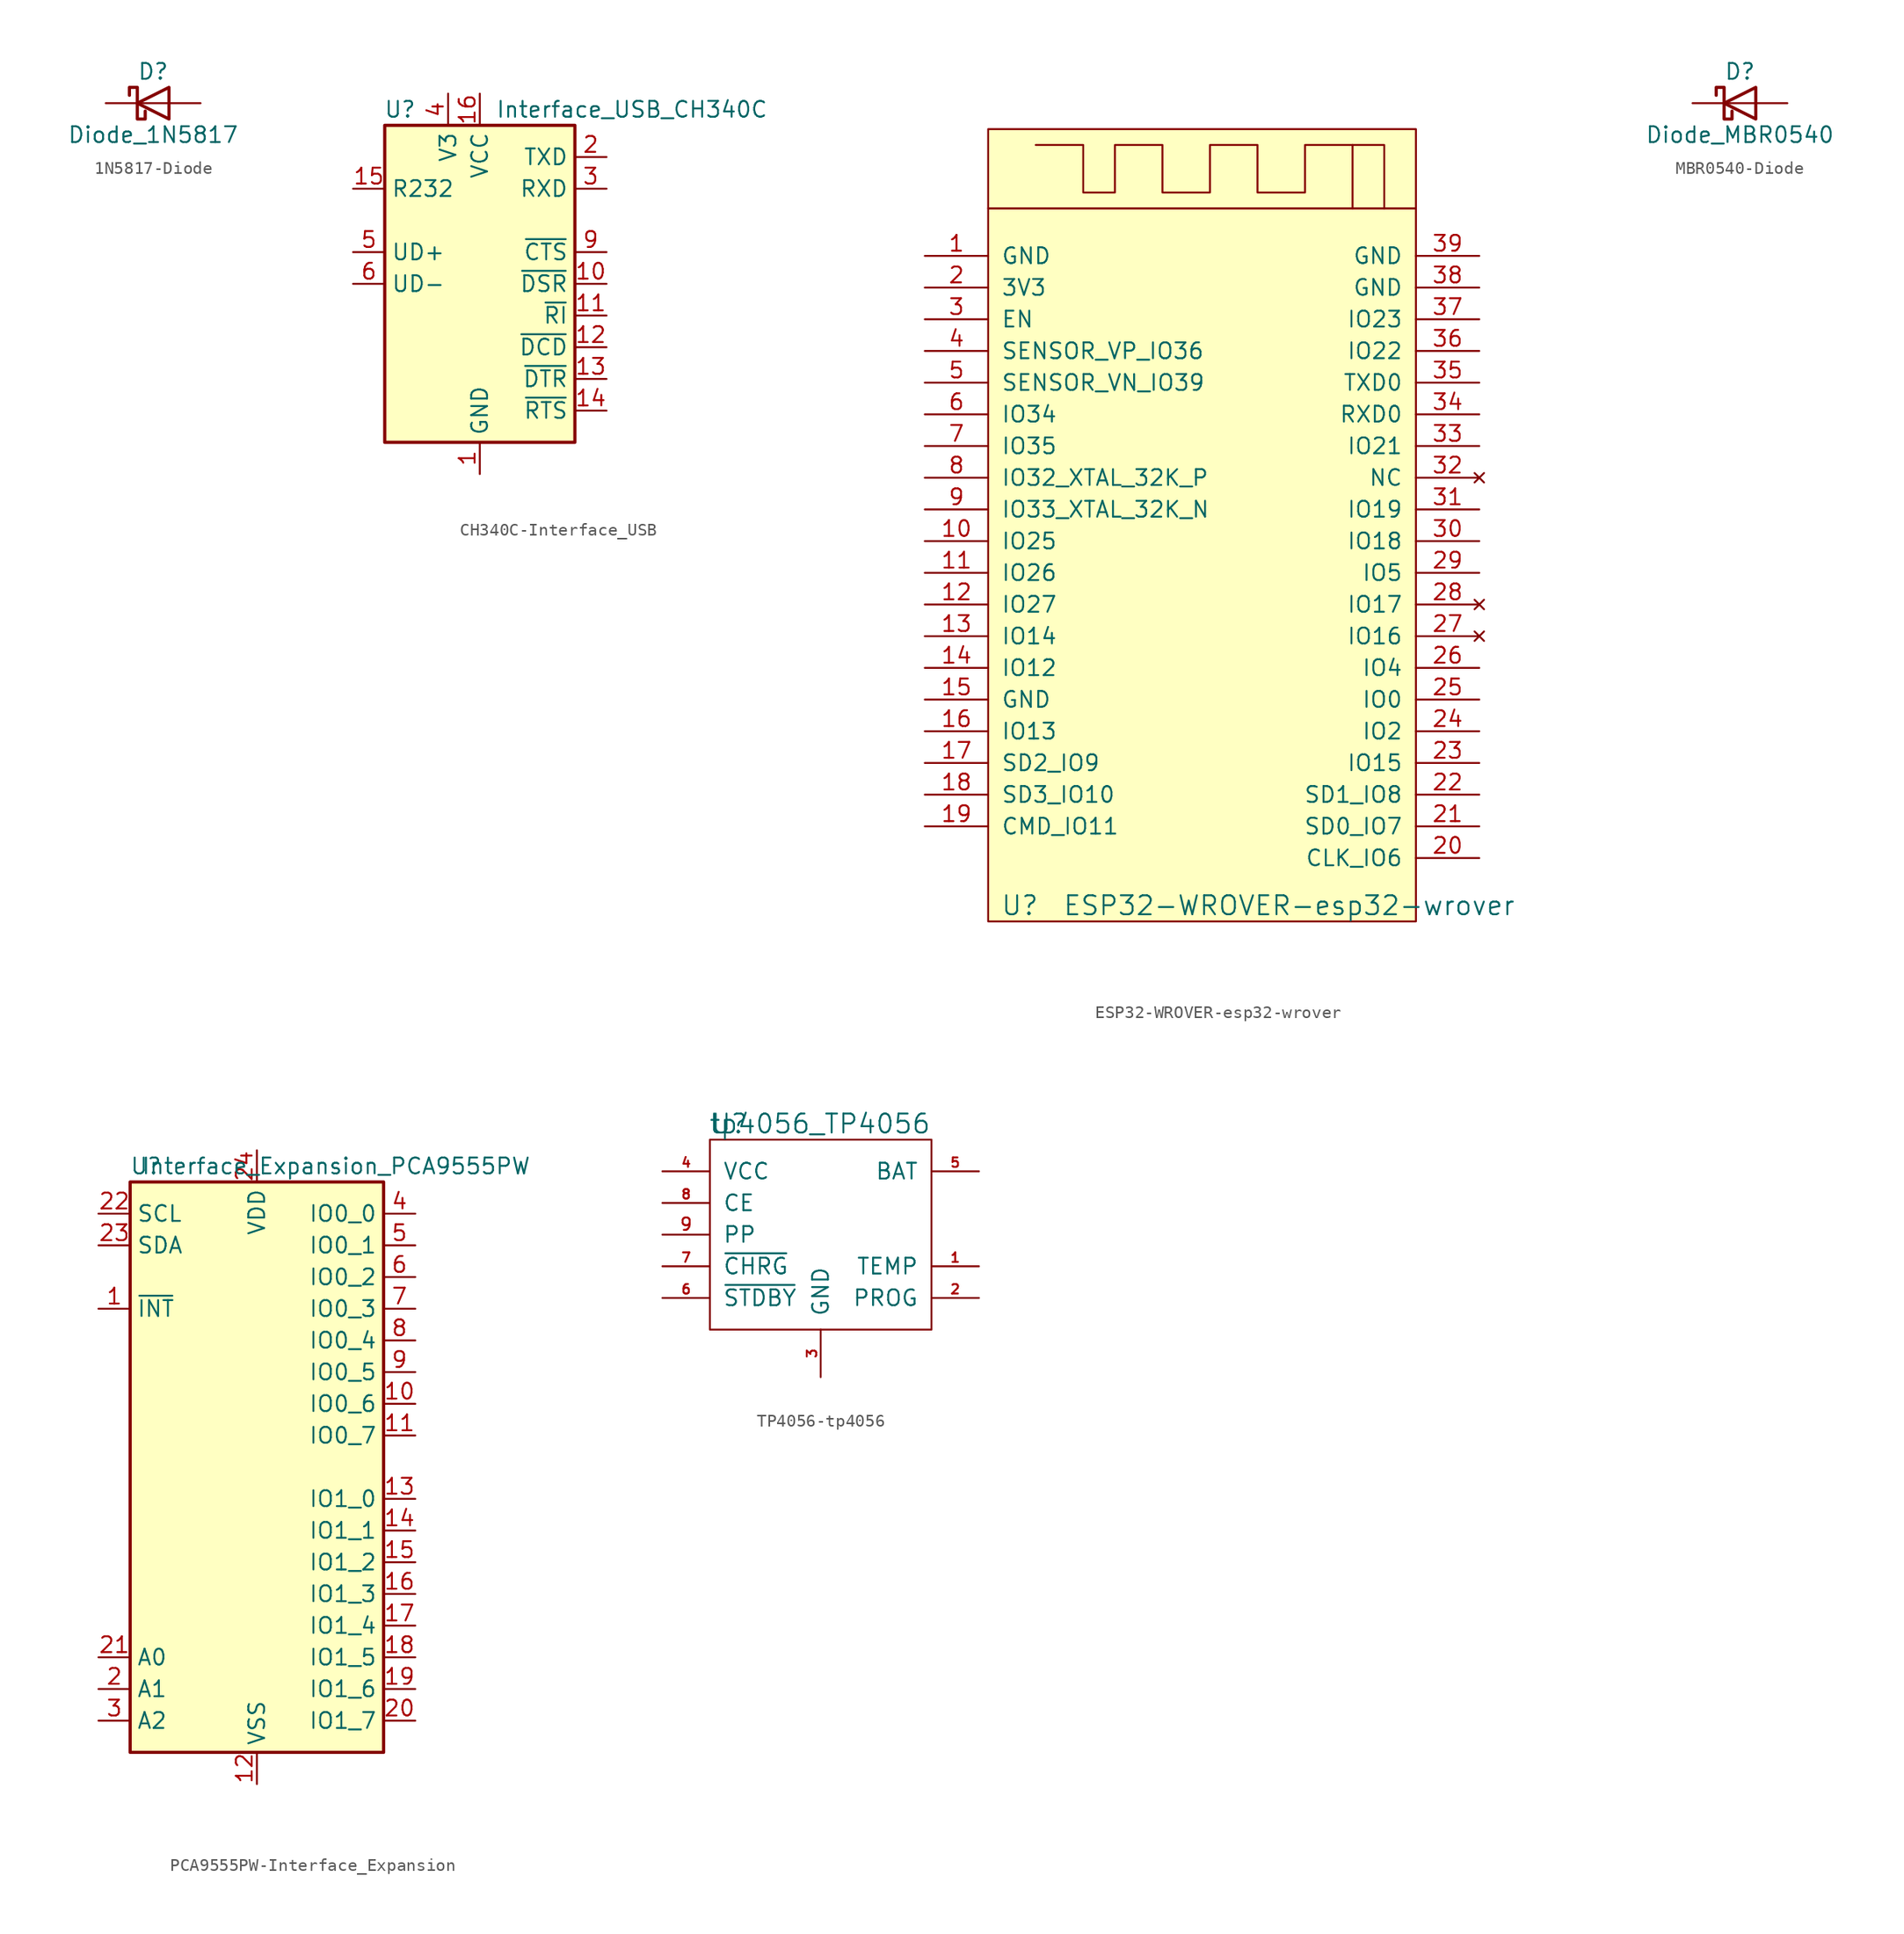
<source format=kicad_sym>
(kicad_symbol_lib
  (version 20220914)
  (generator kicad_symbol_editor)
  (symbol "1N5817-Diode"
    (pin_numbers hide)
    (pin_names
      (offset 1.016) hide)
    (property "Reference" "D"
      (at 0 2.54 0)
      (effects (font (size 1.27 1.27))))
    (property "Value" "Diode_1N5817"
      (at 0 -2.54 0)
      (effects (font (size 1.27 1.27))))
    (symbol "1N5817-Diode_0_1"
      (polyline (pts (xy 1.27 0) (xy -1.27 0)) (stroke (width 0) (type solid)) (fill (type none)))
      (polyline (pts (xy 1.27 1.27) (xy 1.27 -1.27) (xy -1.27 0) (xy 1.27 1.27)) (stroke (width 0.254) (type solid)) (fill (type none)))
      (polyline (pts (xy -1.905 0.635) (xy -1.905 1.27) (xy -1.27 1.27) (xy -1.27 -1.27) (xy -0.635 -1.27) (xy -0.635 -0.635)) (stroke (width 0.254) (type solid)) (fill (type none))))
    (symbol "1N5817-Diode_1_1"
      (pin passive line (at -3.81 0 0) (length 2.54) (name "K" (effects (font (size 1.27 1.27)))) (number "1" (effects (font (size 1.27 1.27)))))
      (pin passive line (at 3.81 0 180) (length 2.54) (name "A" (effects (font (size 1.27 1.27)))) (number "2" (effects (font (size 1.27 1.27)))))))
  (symbol "CH340C-Interface_USB"
    (property "Reference" "U"
      (at -5.08 13.97 0)
      (effects (font (size 1.27 1.27)) (justify right)))
    (property "Value" "Interface_USB_CH340C"
      (at 1.27 13.97 0)
      (effects (font (size 1.27 1.27)) (justify left)))
    (symbol "CH340C-Interface_USB_0_1"
      (rectangle (start -7.62 12.7) (end 7.62 -12.7) (stroke (width 0.254) (type solid)) (fill (type background))))
    (symbol "CH340C-Interface_USB_1_1"
      (pin power_in line (at 0 -15.24 90) (length 2.54) (name "GND" (effects (font (size 1.27 1.27)))) (number "1" (effects (font (size 1.27 1.27)))))
      (pin input line (at 10.16 0 180) (length 2.54) (name "~{DSR}" (effects (font (size 1.27 1.27)))) (number "10" (effects (font (size 1.27 1.27)))))
      (pin input line (at 10.16 -2.54 180) (length 2.54) (name "~{RI}" (effects (font (size 1.27 1.27)))) (number "11" (effects (font (size 1.27 1.27)))))
      (pin input line (at 10.16 -5.08 180) (length 2.54) (name "~{DCD}" (effects (font (size 1.27 1.27)))) (number "12" (effects (font (size 1.27 1.27)))))
      (pin output line (at 10.16 -7.62 180) (length 2.54) (name "~{DTR}" (effects (font (size 1.27 1.27)))) (number "13" (effects (font (size 1.27 1.27)))))
      (pin output line (at 10.16 -10.16 180) (length 2.54) (name "~{RTS}" (effects (font (size 1.27 1.27)))) (number "14" (effects (font (size 1.27 1.27)))))
      (pin input line (at -10.16 7.62 0) (length 2.54) (name "R232" (effects (font (size 1.27 1.27)))) (number "15" (effects (font (size 1.27 1.27)))))
      (pin power_in line (at 0 15.24 270) (length 2.54) (name "VCC" (effects (font (size 1.27 1.27)))) (number "16" (effects (font (size 1.27 1.27)))))
      (pin output line (at 10.16 10.16 180) (length 2.54) (name "TXD" (effects (font (size 1.27 1.27)))) (number "2" (effects (font (size 1.27 1.27)))))
      (pin input line (at 10.16 7.62 180) (length 2.54) (name "RXD" (effects (font (size 1.27 1.27)))) (number "3" (effects (font (size 1.27 1.27)))))
      (pin passive line (at -2.54 15.24 270) (length 2.54) (name "V3" (effects (font (size 1.27 1.27)))) (number "4" (effects (font (size 1.27 1.27)))))
      (pin bidirectional line (at -10.16 2.54 0) (length 2.54) (name "UD+" (effects (font (size 1.27 1.27)))) (number "5" (effects (font (size 1.27 1.27)))))
      (pin bidirectional line (at -10.16 0 0) (length 2.54) (name "UD-" (effects (font (size 1.27 1.27)))) (number "6" (effects (font (size 1.27 1.27)))))
      (pin no_connect line (at -7.62 -7.62 0) (length 2.54) hide (name "NC" (effects (font (size 1.27 1.27)))) (number "7" (effects (font (size 1.27 1.27)))))
      (pin no_connect line (at -7.62 -10.16 0) (length 2.54) hide (name "NC" (effects (font (size 1.27 1.27)))) (number "8" (effects (font (size 1.27 1.27)))))
      (pin input line (at 10.16 2.54 180) (length 2.54) (name "~{CTS}" (effects (font (size 1.27 1.27)))) (number "9" (effects (font (size 1.27 1.27)))))))
  (symbol "ESP32-WROVER-esp32-wrover"
    (pin_names
      (offset 1.016))
    (property "Reference" "U"
      (at -15.24 -33.02 0)
      (effects (font (size 1.524 1.524))))
    (property "Value" "ESP32-WROVER-esp32-wrover"
      (at 6.35 -33.02 0)
      (effects (font (size 1.524 1.524))))
    (symbol "ESP32-WROVER-esp32-wrover_0_1"
      (rectangle (start -17.78 22.86) (end 16.51 -34.29) (stroke (width 0) (type solid)) (fill (type background)))
      (rectangle (start -17.78 29.21) (end 16.51 22.86) (stroke (width 0) (type solid)) (fill (type background)))
      (polyline (pts (xy 11.43 27.94) (xy 13.97 27.94) (xy 13.97 22.86)) (stroke (width 0) (type solid)) (fill (type none)))
      (polyline (pts (xy -13.97 27.94) (xy -10.16 27.94) (xy -10.16 24.13) (xy -7.62 24.13) (xy -7.62 27.94) (xy -3.81 27.94) (xy -3.81 24.13) (xy 0 24.13) (xy 0 27.94) (xy 3.81 27.94) (xy 3.81 24.13) (xy 7.62 24.13) (xy 7.62 27.94) (xy 11.43 27.94) (xy 11.43 22.86)) (stroke (width 0) (type solid)) (fill (type none))))
    (symbol "ESP32-WROVER-esp32-wrover_1_1"
      (pin power_in line (at -22.86 19.05 0) (length 5.08) (name "GND" (effects (font (size 1.27 1.27)))) (number "1" (effects (font (size 1.27 1.27)))))
      (pin bidirectional line (at -22.86 -3.81 0) (length 5.08) (name "IO25" (effects (font (size 1.27 1.27)))) (number "10" (effects (font (size 1.27 1.27)))))
      (pin bidirectional line (at -22.86 -6.35 0) (length 5.08) (name "IO26" (effects (font (size 1.27 1.27)))) (number "11" (effects (font (size 1.27 1.27)))))
      (pin bidirectional line (at -22.86 -8.89 0) (length 5.08) (name "IO27" (effects (font (size 1.27 1.27)))) (number "12" (effects (font (size 1.27 1.27)))))
      (pin bidirectional line (at -22.86 -11.43 0) (length 5.08) (name "IO14" (effects (font (size 1.27 1.27)))) (number "13" (effects (font (size 1.27 1.27)))))
      (pin bidirectional line (at -22.86 -13.97 0) (length 5.08) (name "IO12" (effects (font (size 1.27 1.27)))) (number "14" (effects (font (size 1.27 1.27)))))
      (pin power_in line (at -22.86 -16.51 0) (length 5.08) (name "GND" (effects (font (size 1.27 1.27)))) (number "15" (effects (font (size 1.27 1.27)))))
      (pin bidirectional line (at -22.86 -19.05 0) (length 5.08) (name "IO13" (effects (font (size 1.27 1.27)))) (number "16" (effects (font (size 1.27 1.27)))))
      (pin bidirectional line (at -22.86 -21.59 0) (length 5.08) (name "SD2_IO9" (effects (font (size 1.27 1.27)))) (number "17" (effects (font (size 1.27 1.27)))))
      (pin bidirectional line (at -22.86 -24.13 0) (length 5.08) (name "SD3_IO10" (effects (font (size 1.27 1.27)))) (number "18" (effects (font (size 1.27 1.27)))))
      (pin bidirectional line (at -22.86 -26.67 0) (length 5.08) (name "CMD_IO11" (effects (font (size 1.27 1.27)))) (number "19" (effects (font (size 1.27 1.27)))))
      (pin power_in line (at -22.86 16.51 0) (length 5.08) (name "3V3" (effects (font (size 1.27 1.27)))) (number "2" (effects (font (size 1.27 1.27)))))
      (pin bidirectional line (at 21.59 -29.21 180) (length 5.08) (name "CLK_IO6" (effects (font (size 1.27 1.27)))) (number "20" (effects (font (size 1.27 1.27)))))
      (pin bidirectional line (at 21.59 -26.67 180) (length 5.08) (name "SD0_IO7" (effects (font (size 1.27 1.27)))) (number "21" (effects (font (size 1.27 1.27)))))
      (pin bidirectional line (at 21.59 -24.13 180) (length 5.08) (name "SD1_IO8" (effects (font (size 1.27 1.27)))) (number "22" (effects (font (size 1.27 1.27)))))
      (pin bidirectional line (at 21.59 -21.59 180) (length 5.08) (name "IO15" (effects (font (size 1.27 1.27)))) (number "23" (effects (font (size 1.27 1.27)))))
      (pin bidirectional line (at 21.59 -19.05 180) (length 5.08) (name "IO2" (effects (font (size 1.27 1.27)))) (number "24" (effects (font (size 1.27 1.27)))))
      (pin bidirectional line (at 21.59 -16.51 180) (length 5.08) (name "IO0" (effects (font (size 1.27 1.27)))) (number "25" (effects (font (size 1.27 1.27)))))
      (pin bidirectional line (at 21.59 -13.97 180) (length 5.08) (name "IO4" (effects (font (size 1.27 1.27)))) (number "26" (effects (font (size 1.27 1.27)))))
      (pin no_connect line (at 21.59 -11.43 180) (length 5.08) (name "IO16" (effects (font (size 1.27 1.27)))) (number "27" (effects (font (size 1.27 1.27)))))
      (pin no_connect line (at 21.59 -8.89 180) (length 5.08) (name "IO17" (effects (font (size 1.27 1.27)))) (number "28" (effects (font (size 1.27 1.27)))))
      (pin bidirectional line (at 21.59 -6.35 180) (length 5.08) (name "IO5" (effects (font (size 1.27 1.27)))) (number "29" (effects (font (size 1.27 1.27)))))
      (pin input line (at -22.86 13.97 0) (length 5.08) (name "EN" (effects (font (size 1.27 1.27)))) (number "3" (effects (font (size 1.27 1.27)))))
      (pin bidirectional line (at 21.59 -3.81 180) (length 5.08) (name "IO18" (effects (font (size 1.27 1.27)))) (number "30" (effects (font (size 1.27 1.27)))))
      (pin bidirectional line (at 21.59 -1.27 180) (length 5.08) (name "IO19" (effects (font (size 1.27 1.27)))) (number "31" (effects (font (size 1.27 1.27)))))
      (pin no_connect line (at 21.59 1.27 180) (length 5.08) (name "NC" (effects (font (size 1.27 1.27)))) (number "32" (effects (font (size 1.27 1.27)))))
      (pin bidirectional line (at 21.59 3.81 180) (length 5.08) (name "IO21" (effects (font (size 1.27 1.27)))) (number "33" (effects (font (size 1.27 1.27)))))
      (pin input line (at 21.59 6.35 180) (length 5.08) (name "RXD0" (effects (font (size 1.27 1.27)))) (number "34" (effects (font (size 1.27 1.27)))))
      (pin output line (at 21.59 8.89 180) (length 5.08) (name "TXD0" (effects (font (size 1.27 1.27)))) (number "35" (effects (font (size 1.27 1.27)))))
      (pin bidirectional line (at 21.59 11.43 180) (length 5.08) (name "IO22" (effects (font (size 1.27 1.27)))) (number "36" (effects (font (size 1.27 1.27)))))
      (pin bidirectional line (at 21.59 13.97 180) (length 5.08) (name "IO23" (effects (font (size 1.27 1.27)))) (number "37" (effects (font (size 1.27 1.27)))))
      (pin power_in line (at 21.59 16.51 180) (length 5.08) (name "GND" (effects (font (size 1.27 1.27)))) (number "38" (effects (font (size 1.27 1.27)))))
      (pin power_in line (at 21.59 19.05 180) (length 5.08) (name "GND" (effects (font (size 1.27 1.27)))) (number "39" (effects (font (size 1.27 1.27)))))
      (pin input line (at -22.86 11.43 0) (length 5.08) (name "SENSOR_VP_IO36" (effects (font (size 1.27 1.27)))) (number "4" (effects (font (size 1.27 1.27)))))
      (pin input line (at -22.86 8.89 0) (length 5.08) (name "SENSOR_VN_IO39" (effects (font (size 1.27 1.27)))) (number "5" (effects (font (size 1.27 1.27)))))
      (pin input line (at -22.86 6.35 0) (length 5.08) (name "IO34" (effects (font (size 1.27 1.27)))) (number "6" (effects (font (size 1.27 1.27)))))
      (pin input line (at -22.86 3.81 0) (length 5.08) (name "IO35" (effects (font (size 1.27 1.27)))) (number "7" (effects (font (size 1.27 1.27)))))
      (pin bidirectional line (at -22.86 1.27 0) (length 5.08) (name "IO32_XTAL_32K_P" (effects (font (size 1.27 1.27)))) (number "8" (effects (font (size 1.27 1.27)))))
      (pin bidirectional line (at -22.86 -1.27 0) (length 5.08) (name "IO33_XTAL_32K_N" (effects (font (size 1.27 1.27)))) (number "9" (effects (font (size 1.27 1.27)))))))
  (symbol "MBR0540-Diode"
    (pin_numbers hide)
    (pin_names
      (offset 1.016) hide)
    (property "Reference" "D"
      (at 0 2.54 0)
      (effects (font (size 1.27 1.27))))
    (property "Value" "Diode_MBR0540"
      (at 0 -2.54 0)
      (effects (font (size 1.27 1.27))))
    (symbol "MBR0540-Diode_0_1"
      (polyline (pts (xy 1.27 0) (xy -1.27 0)) (stroke (width 0) (type solid)) (fill (type none)))
      (polyline (pts (xy 1.27 1.27) (xy 1.27 -1.27) (xy -1.27 0) (xy 1.27 1.27)) (stroke (width 0.254) (type solid)) (fill (type none)))
      (polyline (pts (xy -1.905 0.635) (xy -1.905 1.27) (xy -1.27 1.27) (xy -1.27 -1.27) (xy -0.635 -1.27) (xy -0.635 -0.635)) (stroke (width 0.254) (type solid)) (fill (type none))))
    (symbol "MBR0540-Diode_1_1"
      (pin passive line (at -3.81 0 0) (length 2.54) (name "K" (effects (font (size 1.27 1.27)))) (number "1" (effects (font (size 1.27 1.27)))))
      (pin passive line (at 3.81 0 180) (length 2.54) (name "A" (effects (font (size 1.27 1.27)))) (number "2" (effects (font (size 1.27 1.27)))))))
  (symbol "PCA9555PW-Interface_Expansion"
    (property "Reference" "U"
      (at -8.89 24.13 0)
      (effects (font (size 1.27 1.27))))
    (property "Value" "Interface_Expansion_PCA9555PW"
      (at 6.35 24.13 0)
      (effects (font (size 1.27 1.27))))
    (symbol "PCA9555PW-Interface_Expansion_0_1"
      (rectangle (start -10.16 22.86) (end 10.16 -22.86) (stroke (width 0.254) (type solid)) (fill (type background))))
    (symbol "PCA9555PW-Interface_Expansion_1_1"
      (pin open_collector line (at -12.7 12.7 0) (length 2.54) (name "~{INT}" (effects (font (size 1.27 1.27)))) (number "1" (effects (font (size 1.27 1.27)))))
      (pin bidirectional line (at 12.7 5.08 180) (length 2.54) (name "IO0_6" (effects (font (size 1.27 1.27)))) (number "10" (effects (font (size 1.27 1.27)))))
      (pin bidirectional line (at 12.7 2.54 180) (length 2.54) (name "IO0_7" (effects (font (size 1.27 1.27)))) (number "11" (effects (font (size 1.27 1.27)))))
      (pin power_in line (at 0 -25.4 90) (length 2.54) (name "VSS" (effects (font (size 1.27 1.27)))) (number "12" (effects (font (size 1.27 1.27)))))
      (pin bidirectional line (at 12.7 -2.54 180) (length 2.54) (name "IO1_0" (effects (font (size 1.27 1.27)))) (number "13" (effects (font (size 1.27 1.27)))))
      (pin bidirectional line (at 12.7 -5.08 180) (length 2.54) (name "IO1_1" (effects (font (size 1.27 1.27)))) (number "14" (effects (font (size 1.27 1.27)))))
      (pin bidirectional line (at 12.7 -7.62 180) (length 2.54) (name "IO1_2" (effects (font (size 1.27 1.27)))) (number "15" (effects (font (size 1.27 1.27)))))
      (pin bidirectional line (at 12.7 -10.16 180) (length 2.54) (name "IO1_3" (effects (font (size 1.27 1.27)))) (number "16" (effects (font (size 1.27 1.27)))))
      (pin bidirectional line (at 12.7 -12.7 180) (length 2.54) (name "IO1_4" (effects (font (size 1.27 1.27)))) (number "17" (effects (font (size 1.27 1.27)))))
      (pin bidirectional line (at 12.7 -15.24 180) (length 2.54) (name "IO1_5" (effects (font (size 1.27 1.27)))) (number "18" (effects (font (size 1.27 1.27)))))
      (pin bidirectional line (at 12.7 -17.78 180) (length 2.54) (name "IO1_6" (effects (font (size 1.27 1.27)))) (number "19" (effects (font (size 1.27 1.27)))))
      (pin input line (at -12.7 -17.78 0) (length 2.54) (name "A1" (effects (font (size 1.27 1.27)))) (number "2" (effects (font (size 1.27 1.27)))))
      (pin bidirectional line (at 12.7 -20.32 180) (length 2.54) (name "IO1_7" (effects (font (size 1.27 1.27)))) (number "20" (effects (font (size 1.27 1.27)))))
      (pin input line (at -12.7 -15.24 0) (length 2.54) (name "A0" (effects (font (size 1.27 1.27)))) (number "21" (effects (font (size 1.27 1.27)))))
      (pin input line (at -12.7 20.32 0) (length 2.54) (name "SCL" (effects (font (size 1.27 1.27)))) (number "22" (effects (font (size 1.27 1.27)))))
      (pin bidirectional line (at -12.7 17.78 0) (length 2.54) (name "SDA" (effects (font (size 1.27 1.27)))) (number "23" (effects (font (size 1.27 1.27)))))
      (pin power_in line (at 0 25.4 270) (length 2.54) (name "VDD" (effects (font (size 1.27 1.27)))) (number "24" (effects (font (size 1.27 1.27)))))
      (pin input line (at -12.7 -20.32 0) (length 2.54) (name "A2" (effects (font (size 1.27 1.27)))) (number "3" (effects (font (size 1.27 1.27)))))
      (pin bidirectional line (at 12.7 20.32 180) (length 2.54) (name "IO0_0" (effects (font (size 1.27 1.27)))) (number "4" (effects (font (size 1.27 1.27)))))
      (pin bidirectional line (at 12.7 17.78 180) (length 2.54) (name "IO0_1" (effects (font (size 1.27 1.27)))) (number "5" (effects (font (size 1.27 1.27)))))
      (pin bidirectional line (at 12.7 15.24 180) (length 2.54) (name "IO0_2" (effects (font (size 1.27 1.27)))) (number "6" (effects (font (size 1.27 1.27)))))
      (pin bidirectional line (at 12.7 12.7 180) (length 2.54) (name "IO0_3" (effects (font (size 1.27 1.27)))) (number "7" (effects (font (size 1.27 1.27)))))
      (pin bidirectional line (at 12.7 10.16 180) (length 2.54) (name "IO0_4" (effects (font (size 1.27 1.27)))) (number "8" (effects (font (size 1.27 1.27)))))
      (pin bidirectional line (at 12.7 7.62 180) (length 2.54) (name "IO0_5" (effects (font (size 1.27 1.27)))) (number "9" (effects (font (size 1.27 1.27)))))))
  (symbol "TP4056-tp4056"
    (pin_names
      (offset 1.016))
    (property "Reference" "U"
      (at -8.89 10.16 0)
      (effects (font (size 1.524 1.524)) (justify left)))
    (property "Value" "tp4056_TP4056"
      (at 8.89 10.16 0)
      (effects (font (size 1.524 1.524)) (justify right)))
    (property "Footprint" ""
      (at 0 0 0)
      (effects (font (size 1.524 1.524))))
    (property "Datasheet" ""
      (at 0 0 0)
      (effects (font (size 1.524 1.524))))
    (symbol "TP4056-tp4056_0_1"
      (rectangle (start -8.89 8.89) (end 8.89 -6.35) (stroke (width 0) (type solid)) (fill (type none))))
    (symbol "TP4056-tp4056_1_1"
      (pin passive line (at 12.7 -1.27 180) (length 3.81) (name "TEMP" (effects (font (size 1.27 1.27)))) (number "1" (effects (font (size 0.762 0.762)))))
      (pin passive line (at 12.7 -3.81 180) (length 3.81) (name "PROG" (effects (font (size 1.27 1.27)))) (number "2" (effects (font (size 0.762 0.762)))))
      (pin power_in line (at 0 -10.16 90) (length 3.81) (name "GND" (effects (font (size 1.27 1.27)))) (number "3" (effects (font (size 0.762 0.762)))))
      (pin power_in line (at -12.7 6.35 0) (length 3.81) (name "VCC" (effects (font (size 1.27 1.27)))) (number "4" (effects (font (size 0.762 0.762)))))
      (pin power_out line (at 12.7 6.35 180) (length 3.81) (name "BAT" (effects (font (size 1.27 1.27)))) (number "5" (effects (font (size 0.762 0.762)))))
      (pin open_collector line (at -12.7 -3.81 0) (length 3.81) (name "~{STDBY}" (effects (font (size 1.27 1.27)))) (number "6" (effects (font (size 0.762 0.762)))))
      (pin open_collector line (at -12.7 -1.27 0) (length 3.81) (name "~{CHRG}" (effects (font (size 1.27 1.27)))) (number "7" (effects (font (size 0.762 0.762)))))
      (pin input line (at -12.7 3.81 0) (length 3.81) (name "CE" (effects (font (size 1.27 1.27)))) (number "8" (effects (font (size 0.762 0.762)))))
      (pin passive line (at -12.7 1.27 0) (length 3.81) (name "PP" (effects (font (size 1.27 1.27)))) (number "9" (effects (font (size 0.991 0.991))))))))
</source>
